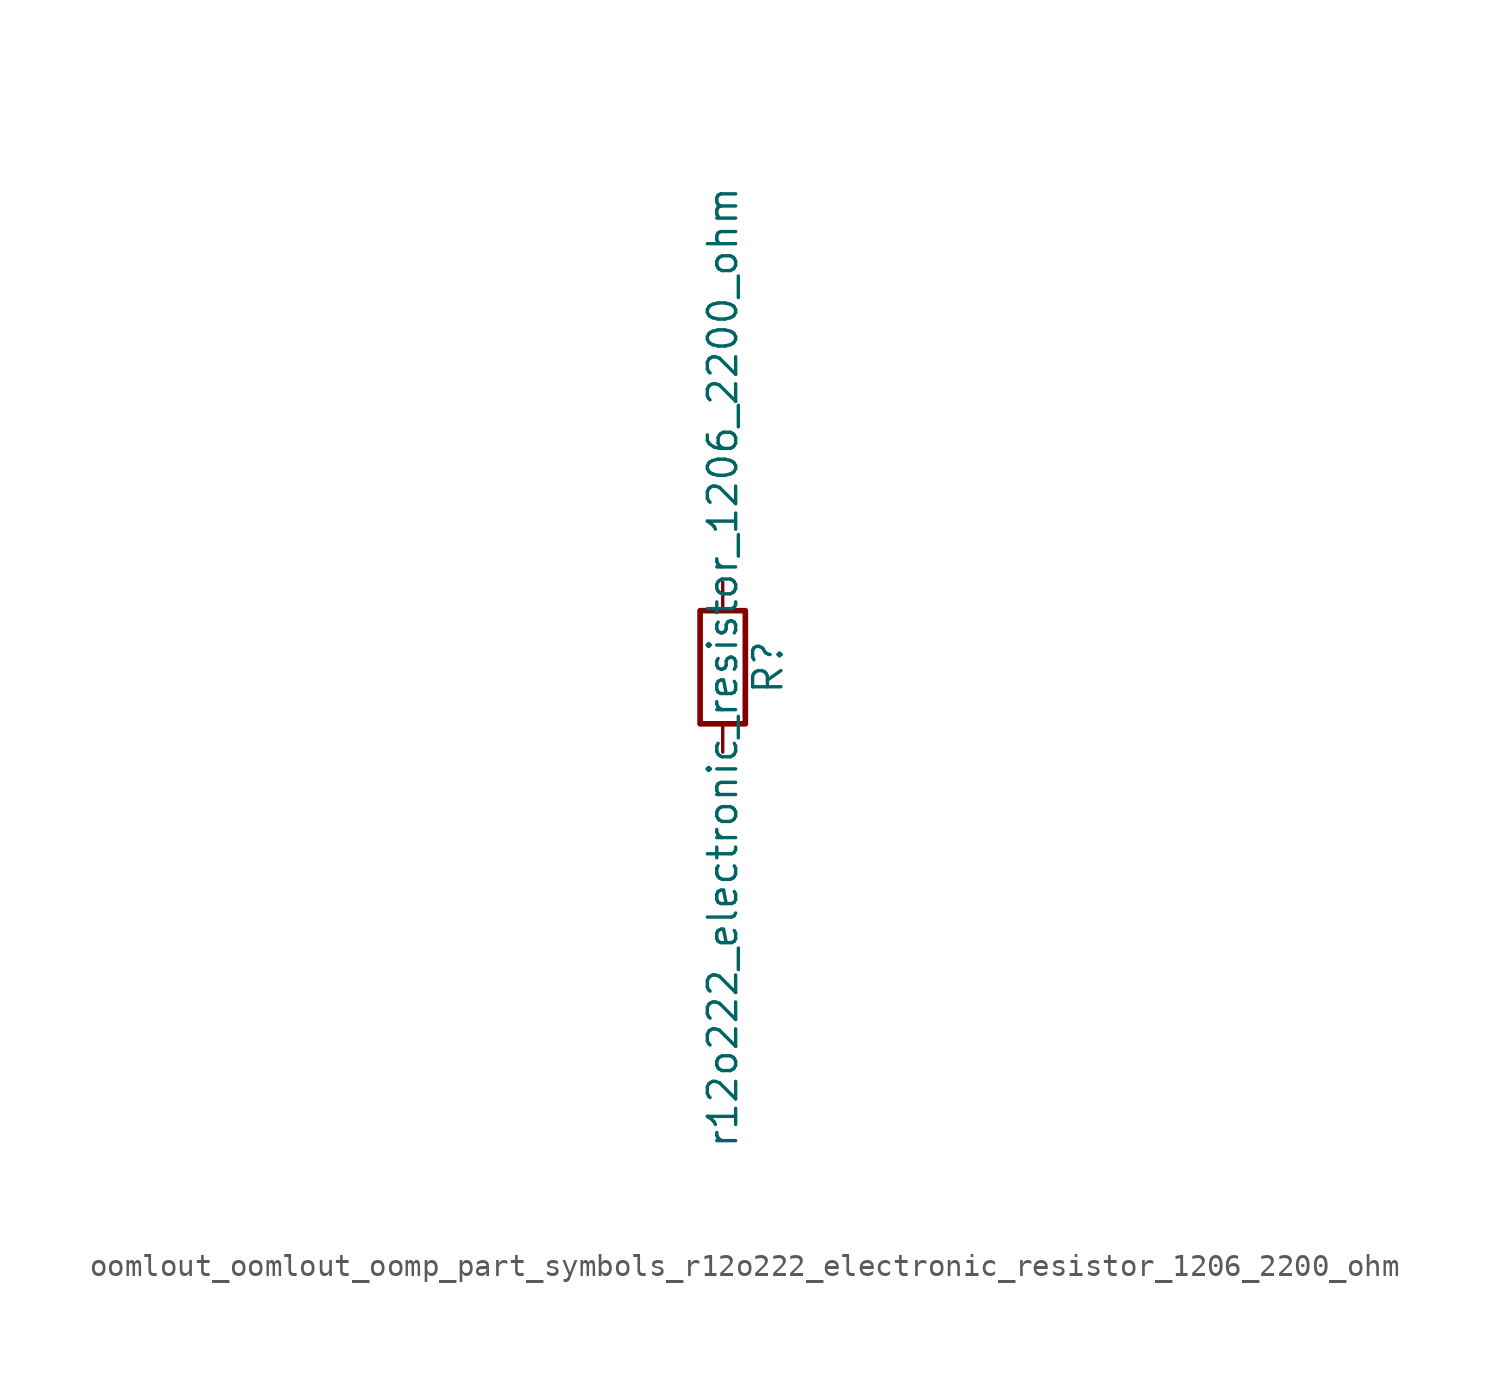
<source format=kicad_sym>
(kicad_symbol_lib
  (version 20220914)
  (generator kicad_symbol_editor)
  (symbol "oomlout_oomlout_oomp_part_symbols_r12o222_electronic_resistor_1206_2200_ohm"
    (pin_numbers hide)
    (pin_names
      (offset 0))
    (property "Reference" "R"
      (at 2.032 0 90)
      (effects (font (size 1.27 1.27))))
    (property "Value" "r12o222_electronic_resistor_1206_2200_ohm"
      (at 0 0 90)
      (effects (font (size 1.27 1.27))))
    (symbol "oomlout_oomlout_oomp_part_symbols_r12o222_electronic_resistor_1206_2200_ohm_0_1"
      (rectangle (start -1.016 -2.54) (end 1.016 2.54) (stroke (width 0.254) (type default)) (fill (type none))))
    (symbol "oomlout_oomlout_oomp_part_symbols_r12o222_electronic_resistor_1206_2200_ohm_1_1"
      (pin passive line (at 0 3.81 270) (length 1.27) (name "~" (effects (font (size 1.27 1.27)))) (number "1" (effects (font (size 1.27 1.27)))))
      (pin passive line (at 0 -3.81 90) (length 1.27) (name "~" (effects (font (size 1.27 1.27)))) (number "2" (effects (font (size 1.27 1.27))))))))
</source>
